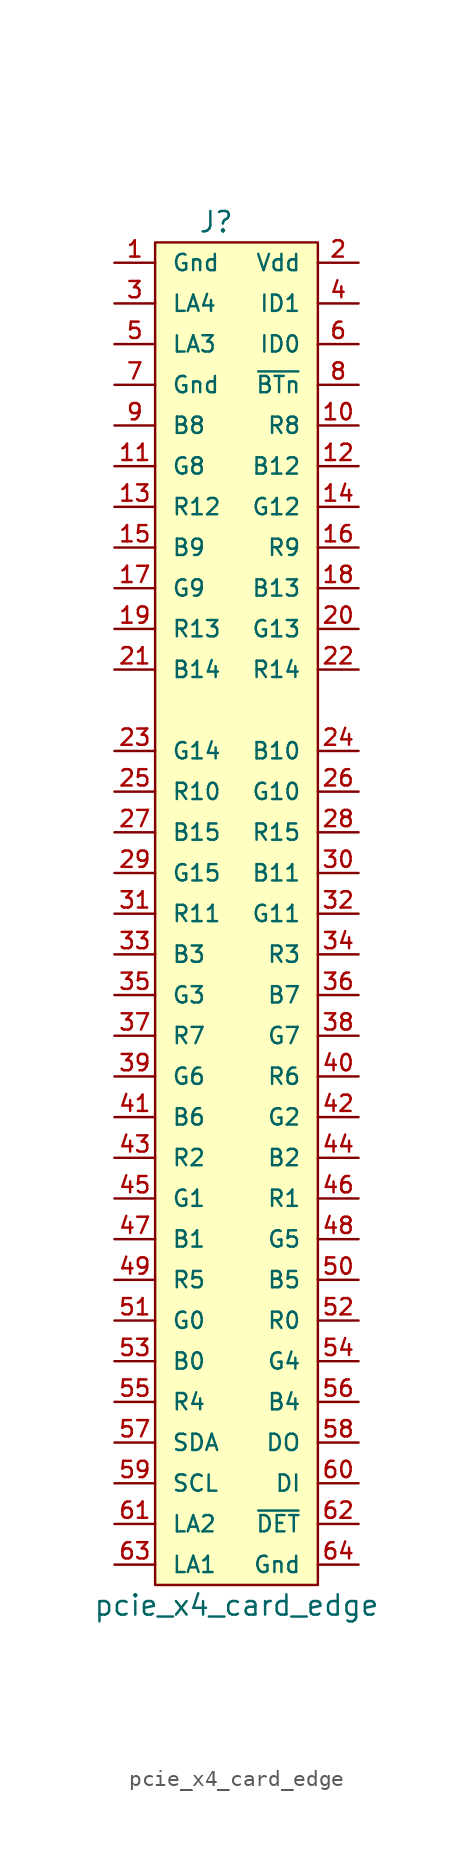
<source format=kicad_sym>
(kicad_symbol_lib
  (version 20211014)
  (generator kicad_symbol_editor)
  (symbol "pcie_x4_card_edge"
    (pin_names
      (offset 1.016))
    (property "Reference" "J"
      (at -1.27 30.48 0)
      (effects (font (size 1.27 1.27))))
    (property "Value" "pcie_x4_card_edge"
      (at 0 -55.88 0)
      (effects (font (size 1.27 1.27))))
    (symbol "pcie_x4_card_edge_0_1"
      (rectangle (start 5.08 -54.61) (end -5.08 29.21) (stroke (width 0) (type default) (color 0 0 0 0)) (fill (type background))))
    (symbol "pcie_x4_card_edge_1_1"
      (pin passive line (at -7.62 27.94 0) (length 2.54) (name "Gnd" (effects (font (size 1.016 1.016)))) (number "1" (effects (font (size 1.016 1.016)))))
      (pin passive line (at 7.62 17.78 180) (length 2.54) (name "R8" (effects (font (size 1.016 1.016)))) (number "10" (effects (font (size 1.016 1.016)))))
      (pin passive line (at -7.62 15.24 0) (length 2.54) (name "G8" (effects (font (size 1.016 1.016)))) (number "11" (effects (font (size 1.016 1.016)))))
      (pin passive line (at 7.62 15.24 180) (length 2.54) (name "B12" (effects (font (size 1.016 1.016)))) (number "12" (effects (font (size 1.016 1.016)))))
      (pin passive line (at -7.62 12.7 0) (length 2.54) (name "R12" (effects (font (size 1.016 1.016)))) (number "13" (effects (font (size 1.016 1.016)))))
      (pin passive line (at 7.62 12.7 180) (length 2.54) (name "G12" (effects (font (size 1.016 1.016)))) (number "14" (effects (font (size 1.016 1.016)))))
      (pin passive line (at -7.62 10.16 0) (length 2.54) (name "B9" (effects (font (size 1.016 1.016)))) (number "15" (effects (font (size 1.016 1.016)))))
      (pin passive line (at 7.62 10.16 180) (length 2.54) (name "R9" (effects (font (size 1.016 1.016)))) (number "16" (effects (font (size 1.016 1.016)))))
      (pin passive line (at -7.62 7.62 0) (length 2.54) (name "G9" (effects (font (size 1.016 1.016)))) (number "17" (effects (font (size 1.016 1.016)))))
      (pin passive line (at 7.62 7.62 180) (length 2.54) (name "B13" (effects (font (size 1.016 1.016)))) (number "18" (effects (font (size 1.016 1.016)))))
      (pin passive line (at -7.62 5.08 0) (length 2.54) (name "R13" (effects (font (size 1.016 1.016)))) (number "19" (effects (font (size 1.016 1.016)))))
      (pin passive line (at 7.62 27.94 180) (length 2.54) (name "Vdd" (effects (font (size 1.016 1.016)))) (number "2" (effects (font (size 1.016 1.016)))))
      (pin passive line (at 7.62 5.08 180) (length 2.54) (name "G13" (effects (font (size 1.016 1.016)))) (number "20" (effects (font (size 1.016 1.016)))))
      (pin passive line (at -7.62 2.54 0) (length 2.54) (name "B14" (effects (font (size 1.016 1.016)))) (number "21" (effects (font (size 1.016 1.016)))))
      (pin passive line (at 7.62 2.54 180) (length 2.54) (name "R14" (effects (font (size 1.016 1.016)))) (number "22" (effects (font (size 1.016 1.016)))))
      (pin passive line (at -7.62 -2.54 0) (length 2.54) (name "G14" (effects (font (size 1.016 1.016)))) (number "23" (effects (font (size 1.016 1.016)))))
      (pin passive line (at 7.62 -2.54 180) (length 2.54) (name "B10" (effects (font (size 1.016 1.016)))) (number "24" (effects (font (size 1.016 1.016)))))
      (pin passive line (at -7.62 -5.08 0) (length 2.54) (name "R10" (effects (font (size 1.016 1.016)))) (number "25" (effects (font (size 1.016 1.016)))))
      (pin passive line (at 7.62 -5.08 180) (length 2.54) (name "G10" (effects (font (size 1.016 1.016)))) (number "26" (effects (font (size 1.016 1.016)))))
      (pin passive line (at -7.62 -7.62 0) (length 2.54) (name "B15" (effects (font (size 1.016 1.016)))) (number "27" (effects (font (size 1.016 1.016)))))
      (pin passive line (at 7.62 -7.62 180) (length 2.54) (name "R15" (effects (font (size 1.016 1.016)))) (number "28" (effects (font (size 1.016 1.016)))))
      (pin passive line (at -7.62 -10.16 0) (length 2.54) (name "G15" (effects (font (size 1.016 1.016)))) (number "29" (effects (font (size 1.016 1.016)))))
      (pin passive line (at -7.62 25.4 0) (length 2.54) (name "LA4" (effects (font (size 1.016 1.016)))) (number "3" (effects (font (size 1.016 1.016)))))
      (pin passive line (at 7.62 -10.16 180) (length 2.54) (name "B11" (effects (font (size 1.016 1.016)))) (number "30" (effects (font (size 1.016 1.016)))))
      (pin passive line (at -7.62 -12.7 0) (length 2.54) (name "R11" (effects (font (size 1.016 1.016)))) (number "31" (effects (font (size 1.016 1.016)))))
      (pin passive line (at 7.62 -12.7 180) (length 2.54) (name "G11" (effects (font (size 1.016 1.016)))) (number "32" (effects (font (size 1.016 1.016)))))
      (pin passive line (at -7.62 -15.24 0) (length 2.54) (name "B3" (effects (font (size 1.016 1.016)))) (number "33" (effects (font (size 1.016 1.016)))))
      (pin passive line (at 7.62 -15.24 180) (length 2.54) (name "R3" (effects (font (size 1.016 1.016)))) (number "34" (effects (font (size 1.016 1.016)))))
      (pin passive line (at -7.62 -17.78 0) (length 2.54) (name "G3" (effects (font (size 1.016 1.016)))) (number "35" (effects (font (size 1.016 1.016)))))
      (pin passive line (at 7.62 -17.78 180) (length 2.54) (name "B7" (effects (font (size 1.016 1.016)))) (number "36" (effects (font (size 1.016 1.016)))))
      (pin passive line (at -7.62 -20.32 0) (length 2.54) (name "R7" (effects (font (size 1.016 1.016)))) (number "37" (effects (font (size 1.016 1.016)))))
      (pin passive line (at 7.62 -20.32 180) (length 2.54) (name "G7" (effects (font (size 1.016 1.016)))) (number "38" (effects (font (size 1.016 1.016)))))
      (pin passive line (at -7.62 -22.86 0) (length 2.54) (name "G6" (effects (font (size 1.016 1.016)))) (number "39" (effects (font (size 1.016 1.016)))))
      (pin passive line (at 7.62 25.4 180) (length 2.54) (name "ID1" (effects (font (size 1.016 1.016)))) (number "4" (effects (font (size 1.016 1.016)))))
      (pin passive line (at 7.62 -22.86 180) (length 2.54) (name "R6" (effects (font (size 1.016 1.016)))) (number "40" (effects (font (size 1.016 1.016)))))
      (pin passive line (at -7.62 -25.4 0) (length 2.54) (name "B6" (effects (font (size 1.016 1.016)))) (number "41" (effects (font (size 1.016 1.016)))))
      (pin passive line (at 7.62 -25.4 180) (length 2.54) (name "G2" (effects (font (size 1.016 1.016)))) (number "42" (effects (font (size 1.016 1.016)))))
      (pin passive line (at -7.62 -27.94 0) (length 2.54) (name "R2" (effects (font (size 1.016 1.016)))) (number "43" (effects (font (size 1.016 1.016)))))
      (pin passive line (at 7.62 -27.94 180) (length 2.54) (name "B2" (effects (font (size 1.016 1.016)))) (number "44" (effects (font (size 1.016 1.016)))))
      (pin passive line (at -7.62 -30.48 0) (length 2.54) (name "G1" (effects (font (size 1.016 1.016)))) (number "45" (effects (font (size 1.016 1.016)))))
      (pin passive line (at 7.62 -30.48 180) (length 2.54) (name "R1" (effects (font (size 1.016 1.016)))) (number "46" (effects (font (size 1.016 1.016)))))
      (pin passive line (at -7.62 -33.02 0) (length 2.54) (name "B1" (effects (font (size 1.016 1.016)))) (number "47" (effects (font (size 1.016 1.016)))))
      (pin passive line (at 7.62 -33.02 180) (length 2.54) (name "G5" (effects (font (size 1.016 1.016)))) (number "48" (effects (font (size 1.016 1.016)))))
      (pin passive line (at -7.62 -35.56 0) (length 2.54) (name "R5" (effects (font (size 1.016 1.016)))) (number "49" (effects (font (size 1.016 1.016)))))
      (pin passive line (at -7.62 22.86 0) (length 2.54) (name "LA3" (effects (font (size 1.016 1.016)))) (number "5" (effects (font (size 1.016 1.016)))))
      (pin passive line (at 7.62 -35.56 180) (length 2.54) (name "B5" (effects (font (size 1.016 1.016)))) (number "50" (effects (font (size 1.016 1.016)))))
      (pin passive line (at -7.62 -38.1 0) (length 2.54) (name "G0" (effects (font (size 1.016 1.016)))) (number "51" (effects (font (size 1.016 1.016)))))
      (pin passive line (at 7.62 -38.1 180) (length 2.54) (name "R0" (effects (font (size 1.016 1.016)))) (number "52" (effects (font (size 1.016 1.016)))))
      (pin passive line (at -7.62 -40.64 0) (length 2.54) (name "B0" (effects (font (size 1.016 1.016)))) (number "53" (effects (font (size 1.016 1.016)))))
      (pin passive line (at 7.62 -40.64 180) (length 2.54) (name "G4" (effects (font (size 1.016 1.016)))) (number "54" (effects (font (size 1.016 1.016)))))
      (pin passive line (at -7.62 -43.18 0) (length 2.54) (name "R4" (effects (font (size 1.016 1.016)))) (number "55" (effects (font (size 1.016 1.016)))))
      (pin passive line (at 7.62 -43.18 180) (length 2.54) (name "B4" (effects (font (size 1.016 1.016)))) (number "56" (effects (font (size 1.016 1.016)))))
      (pin passive line (at -7.62 -45.72 0) (length 2.54) (name "SDA" (effects (font (size 1.016 1.016)))) (number "57" (effects (font (size 1.016 1.016)))))
      (pin passive line (at 7.62 -45.72 180) (length 2.54) (name "DO" (effects (font (size 1.016 1.016)))) (number "58" (effects (font (size 1.016 1.016)))))
      (pin passive line (at -7.62 -48.26 0) (length 2.54) (name "SCL" (effects (font (size 1.016 1.016)))) (number "59" (effects (font (size 1.016 1.016)))))
      (pin passive line (at 7.62 22.86 180) (length 2.54) (name "ID0" (effects (font (size 1.016 1.016)))) (number "6" (effects (font (size 1.016 1.016)))))
      (pin passive line (at 7.62 -48.26 180) (length 2.54) (name "DI" (effects (font (size 1.016 1.016)))) (number "60" (effects (font (size 1.016 1.016)))))
      (pin passive line (at -7.62 -50.8 0) (length 2.54) (name "LA2" (effects (font (size 1.016 1.016)))) (number "61" (effects (font (size 1.016 1.016)))))
      (pin passive line (at 7.62 -50.8 180) (length 2.54) (name "~{DET}" (effects (font (size 1.016 1.016)))) (number "62" (effects (font (size 1.016 1.016)))))
      (pin passive line (at -7.62 -53.34 0) (length 2.54) (name "LA1" (effects (font (size 1.016 1.016)))) (number "63" (effects (font (size 1.016 1.016)))))
      (pin passive line (at 7.62 -53.34 180) (length 2.54) (name "Gnd" (effects (font (size 1.016 1.016)))) (number "64" (effects (font (size 1.016 1.016)))))
      (pin passive line (at -7.62 20.32 0) (length 2.54) (name "Gnd" (effects (font (size 1.016 1.016)))) (number "7" (effects (font (size 1.016 1.016)))))
      (pin passive line (at 7.62 20.32 180) (length 2.54) (name "~{BTn}" (effects (font (size 1.016 1.016)))) (number "8" (effects (font (size 1.016 1.016)))))
      (pin passive line (at -7.62 17.78 0) (length 2.54) (name "B8" (effects (font (size 1.016 1.016)))) (number "9" (effects (font (size 1.016 1.016))))))))
</source>
